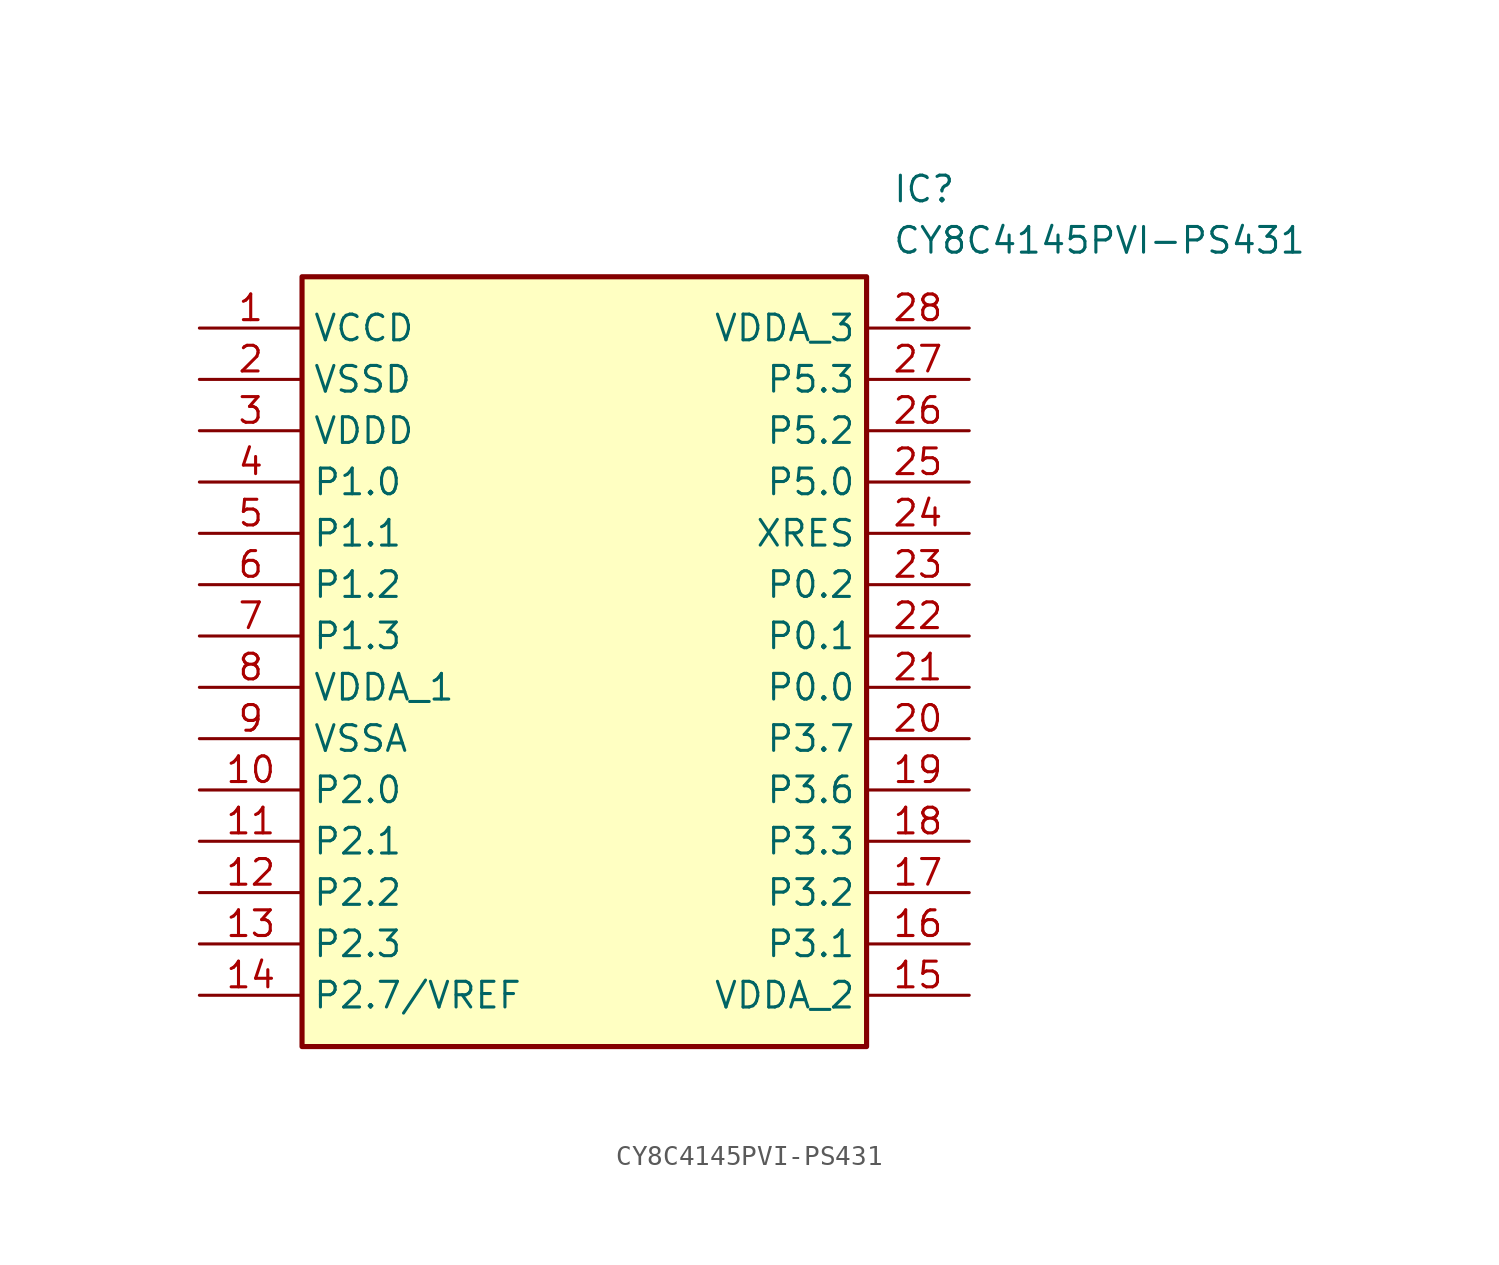
<source format=kicad_sym>
(kicad_symbol_lib
  (version 20211014)
  (generator SamacSys_ECAD_Model)
  (symbol "CY8C4145PVI-PS431"
    (property "Reference" "IC"
      (at 34.29 7.62 0)
      (effects (font (size 1.27 1.27)) (justify left top)))
    (property "Value" "CY8C4145PVI-PS431"
      (at 34.29 5.08 0)
      (effects (font (size 1.27 1.27)) (justify left top)))
    (rectangle
      (start 5.08 2.54)
      (end 33.02 -35.56)
      (stroke (width 0.254) (type default))
      (fill (type background)))
    (pin passive line
      (at 0 0 0)
      (length 5.08)
      (name "VCCD" (effects (font (size 1.27 1.27))))
      (number "1" (effects (font (size 1.27 1.27)))))
    (pin passive line
      (at 0 -2.54 0)
      (length 5.08)
      (name "VSSD" (effects (font (size 1.27 1.27))))
      (number "2" (effects (font (size 1.27 1.27)))))
    (pin passive line
      (at 0 -5.08 0)
      (length 5.08)
      (name "VDDD" (effects (font (size 1.27 1.27))))
      (number "3" (effects (font (size 1.27 1.27)))))
    (pin passive line
      (at 0 -7.62 0)
      (length 5.08)
      (name "P1.0" (effects (font (size 1.27 1.27))))
      (number "4" (effects (font (size 1.27 1.27)))))
    (pin passive line
      (at 0 -10.16 0)
      (length 5.08)
      (name "P1.1" (effects (font (size 1.27 1.27))))
      (number "5" (effects (font (size 1.27 1.27)))))
    (pin passive line
      (at 0 -12.7 0)
      (length 5.08)
      (name "P1.2" (effects (font (size 1.27 1.27))))
      (number "6" (effects (font (size 1.27 1.27)))))
    (pin passive line
      (at 0 -15.24 0)
      (length 5.08)
      (name "P1.3" (effects (font (size 1.27 1.27))))
      (number "7" (effects (font (size 1.27 1.27)))))
    (pin passive line
      (at 0 -17.78 0)
      (length 5.08)
      (name "VDDA_1" (effects (font (size 1.27 1.27))))
      (number "8" (effects (font (size 1.27 1.27)))))
    (pin passive line
      (at 0 -20.32 0)
      (length 5.08)
      (name "VSSA" (effects (font (size 1.27 1.27))))
      (number "9" (effects (font (size 1.27 1.27)))))
    (pin passive line
      (at 0 -22.86 0)
      (length 5.08)
      (name "P2.0" (effects (font (size 1.27 1.27))))
      (number "10" (effects (font (size 1.27 1.27)))))
    (pin passive line
      (at 0 -25.4 0)
      (length 5.08)
      (name "P2.1" (effects (font (size 1.27 1.27))))
      (number "11" (effects (font (size 1.27 1.27)))))
    (pin passive line
      (at 0 -27.94 0)
      (length 5.08)
      (name "P2.2" (effects (font (size 1.27 1.27))))
      (number "12" (effects (font (size 1.27 1.27)))))
    (pin passive line
      (at 0 -30.48 0)
      (length 5.08)
      (name "P2.3" (effects (font (size 1.27 1.27))))
      (number "13" (effects (font (size 1.27 1.27)))))
    (pin passive line
      (at 0 -33.02 0)
      (length 5.08)
      (name "P2.7/VREF" (effects (font (size 1.27 1.27))))
      (number "14" (effects (font (size 1.27 1.27)))))
    (pin passive line
      (at 38.1 0 180)
      (length 5.08)
      (name "VDDA_3" (effects (font (size 1.27 1.27))))
      (number "28" (effects (font (size 1.27 1.27)))))
    (pin passive line
      (at 38.1 -2.54 180)
      (length 5.08)
      (name "P5.3" (effects (font (size 1.27 1.27))))
      (number "27" (effects (font (size 1.27 1.27)))))
    (pin passive line
      (at 38.1 -5.08 180)
      (length 5.08)
      (name "P5.2" (effects (font (size 1.27 1.27))))
      (number "26" (effects (font (size 1.27 1.27)))))
    (pin passive line
      (at 38.1 -7.62 180)
      (length 5.08)
      (name "P5.0" (effects (font (size 1.27 1.27))))
      (number "25" (effects (font (size 1.27 1.27)))))
    (pin passive line
      (at 38.1 -10.16 180)
      (length 5.08)
      (name "XRES" (effects (font (size 1.27 1.27))))
      (number "24" (effects (font (size 1.27 1.27)))))
    (pin passive line
      (at 38.1 -12.7 180)
      (length 5.08)
      (name "P0.2" (effects (font (size 1.27 1.27))))
      (number "23" (effects (font (size 1.27 1.27)))))
    (pin passive line
      (at 38.1 -15.24 180)
      (length 5.08)
      (name "P0.1" (effects (font (size 1.27 1.27))))
      (number "22" (effects (font (size 1.27 1.27)))))
    (pin passive line
      (at 38.1 -17.78 180)
      (length 5.08)
      (name "P0.0" (effects (font (size 1.27 1.27))))
      (number "21" (effects (font (size 1.27 1.27)))))
    (pin passive line
      (at 38.1 -20.32 180)
      (length 5.08)
      (name "P3.7" (effects (font (size 1.27 1.27))))
      (number "20" (effects (font (size 1.27 1.27)))))
    (pin passive line
      (at 38.1 -22.86 180)
      (length 5.08)
      (name "P3.6" (effects (font (size 1.27 1.27))))
      (number "19" (effects (font (size 1.27 1.27)))))
    (pin passive line
      (at 38.1 -25.4 180)
      (length 5.08)
      (name "P3.3" (effects (font (size 1.27 1.27))))
      (number "18" (effects (font (size 1.27 1.27)))))
    (pin passive line
      (at 38.1 -27.94 180)
      (length 5.08)
      (name "P3.2" (effects (font (size 1.27 1.27))))
      (number "17" (effects (font (size 1.27 1.27)))))
    (pin passive line
      (at 38.1 -30.48 180)
      (length 5.08)
      (name "P3.1" (effects (font (size 1.27 1.27))))
      (number "16" (effects (font (size 1.27 1.27)))))
    (pin passive line
      (at 38.1 -33.02 180)
      (length 5.08)
      (name "VDDA_2" (effects (font (size 1.27 1.27))))
      (number "15" (effects (font (size 1.27 1.27)))))))
</source>
